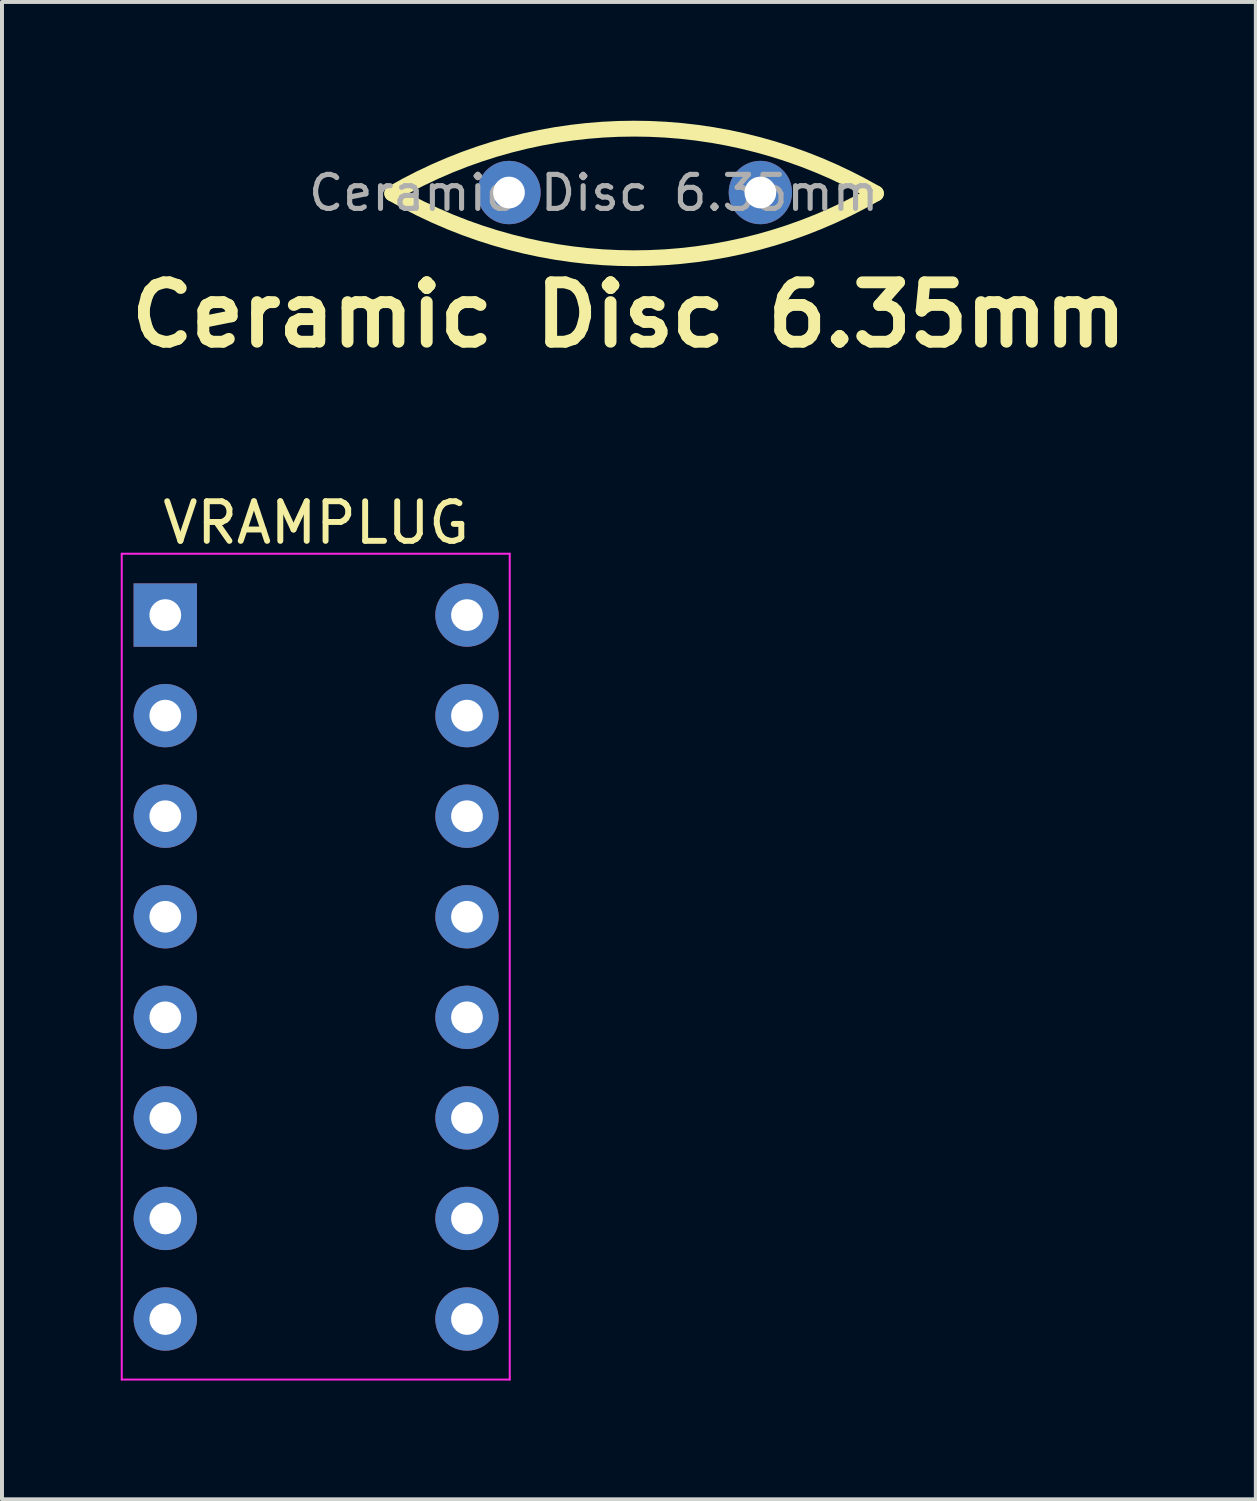
<source format=kicad_pcb>
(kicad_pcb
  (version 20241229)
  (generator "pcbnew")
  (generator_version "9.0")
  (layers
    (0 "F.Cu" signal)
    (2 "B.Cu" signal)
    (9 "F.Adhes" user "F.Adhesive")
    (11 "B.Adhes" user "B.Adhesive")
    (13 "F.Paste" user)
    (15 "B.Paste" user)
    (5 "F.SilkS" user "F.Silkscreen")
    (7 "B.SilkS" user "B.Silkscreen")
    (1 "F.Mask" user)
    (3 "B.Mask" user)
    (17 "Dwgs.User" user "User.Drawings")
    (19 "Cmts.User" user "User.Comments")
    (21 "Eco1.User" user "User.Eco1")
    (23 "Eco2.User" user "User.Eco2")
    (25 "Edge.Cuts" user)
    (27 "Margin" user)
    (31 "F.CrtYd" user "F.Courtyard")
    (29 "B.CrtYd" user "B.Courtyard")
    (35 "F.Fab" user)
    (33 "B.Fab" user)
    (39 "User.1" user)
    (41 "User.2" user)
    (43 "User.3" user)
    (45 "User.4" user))
  (footprint "Ceramic Disc 6.35mm"
    (layer "F.Cu")
    (at 9.446 1.823)
    (property "Reference" "Ceramic Disc 6.35mm" (at 3.39 3.08 0) (layer "F.SilkS") (effects (font (size 1.5 1.5) (thickness 0.3) (bold yes))))
    (attr through_hole)
    (fp_arc (start -2.588358 0.01327) (mid 3.52 -1.62346) (end 9.628358 0.01327) (stroke (width 0.4) (type default)) (layer "F.SilkS"))
    (fp_arc (start 9.628358 0.01327) (mid 3.52 1.65) (end -2.588358 0.01327) (stroke (width 0.4) (type default)) (layer "F.SilkS"))
    (fp_text user "${REFERENCE}" (at 2.5 0 0) (layer "F.Fab") (effects (font (size 0.86 0.86) (thickness 0.129))))
    (pad "1" thru_hole circle (at 0.36 -0.01) (size 1.6 1.6) (drill 0.8) (layers "*.Cu" "*.Mask"))
    (pad "2" thru_hole circle (at 6.71 -0.01) (size 1.6 1.6) (drill 0.8) (layers "*.Cu" "*.Mask")))
  (footprint "VRAMPLUG"
    (layer "F.Cu")
    (at 1.125 12.486)
    (property "Reference" "VRAMPLUG" (at 3.81 -2.33 0) (layer "F.SilkS") (effects (font (size 1 1) (thickness 0.15))))
    (attr through_hole)
    (fp_line (start -1.1 -1.55) (end -1.1 19.31) (stroke (width 0.05) (type solid)) (layer "F.CrtYd"))
    (fp_line (start -1.1 19.31) (end 8.7 19.31) (stroke (width 0.05) (type solid)) (layer "F.CrtYd"))
    (fp_line (start 8.7 -1.55) (end -1.1 -1.55) (stroke (width 0.05) (type solid)) (layer "F.CrtYd"))
    (fp_line (start 8.7 19.31) (end 8.7 -1.55) (stroke (width 0.05) (type solid)) (layer "F.CrtYd"))
    (pad "1" thru_hole rect (at 0 0) (size 1.6 1.6) (drill 0.8) (layers "*.Cu" "*.Mask"))
    (pad "2" thru_hole oval (at 0 2.54) (size 1.6 1.6) (drill 0.8) (layers "*.Cu" "*.Mask"))
    (pad "3" thru_hole oval (at 0 5.08) (size 1.6 1.6) (drill 0.8) (layers "*.Cu" "*.Mask"))
    (pad "4" thru_hole oval (at 0 7.62) (size 1.6 1.6) (drill 0.8) (layers "*.Cu" "*.Mask"))
    (pad "5" thru_hole oval (at 0 10.16) (size 1.6 1.6) (drill 0.8) (layers "*.Cu" "*.Mask"))
    (pad "6" thru_hole oval (at 0 12.7) (size 1.6 1.6) (drill 0.8) (layers "*.Cu" "*.Mask"))
    (pad "7" thru_hole oval (at 0 15.24) (size 1.6 1.6) (drill 0.8) (layers "*.Cu" "*.Mask"))
    (pad "8" thru_hole oval (at 0 17.78) (size 1.6 1.6) (drill 0.8) (layers "*.Cu" "*.Mask"))
    (pad "9" thru_hole oval (at 7.62 17.78) (size 1.6 1.6) (drill 0.8) (layers "*.Cu" "*.Mask"))
    (pad "10" thru_hole oval (at 7.62 15.24) (size 1.6 1.6) (drill 0.8) (layers "*.Cu" "*.Mask"))
    (pad "11" thru_hole oval (at 7.62 12.7) (size 1.6 1.6) (drill 0.8) (layers "*.Cu" "*.Mask"))
    (pad "12" thru_hole oval (at 7.62 10.16) (size 1.6 1.6) (drill 0.8) (layers "*.Cu" "*.Mask"))
    (pad "13" thru_hole oval (at 7.62 7.62) (size 1.6 1.6) (drill 0.8) (layers "*.Cu" "*.Mask"))
    (pad "14" thru_hole oval (at 7.62 5.08) (size 1.6 1.6) (drill 0.8) (layers "*.Cu" "*.Mask"))
    (pad "15" thru_hole oval (at 7.62 2.54) (size 1.6 1.6) (drill 0.8) (layers "*.Cu" "*.Mask"))
    (pad "16" thru_hole oval (at 7.62 0) (size 1.6 1.6) (drill 0.8) (layers "*.Cu" "*.Mask")))
  (gr_rect
    (start -3 -3)
    (end 28.671 34.821)
    (stroke (width 0.1) (type default))
    (fill no)
    (layer "Edge.Cuts")))
</source>
